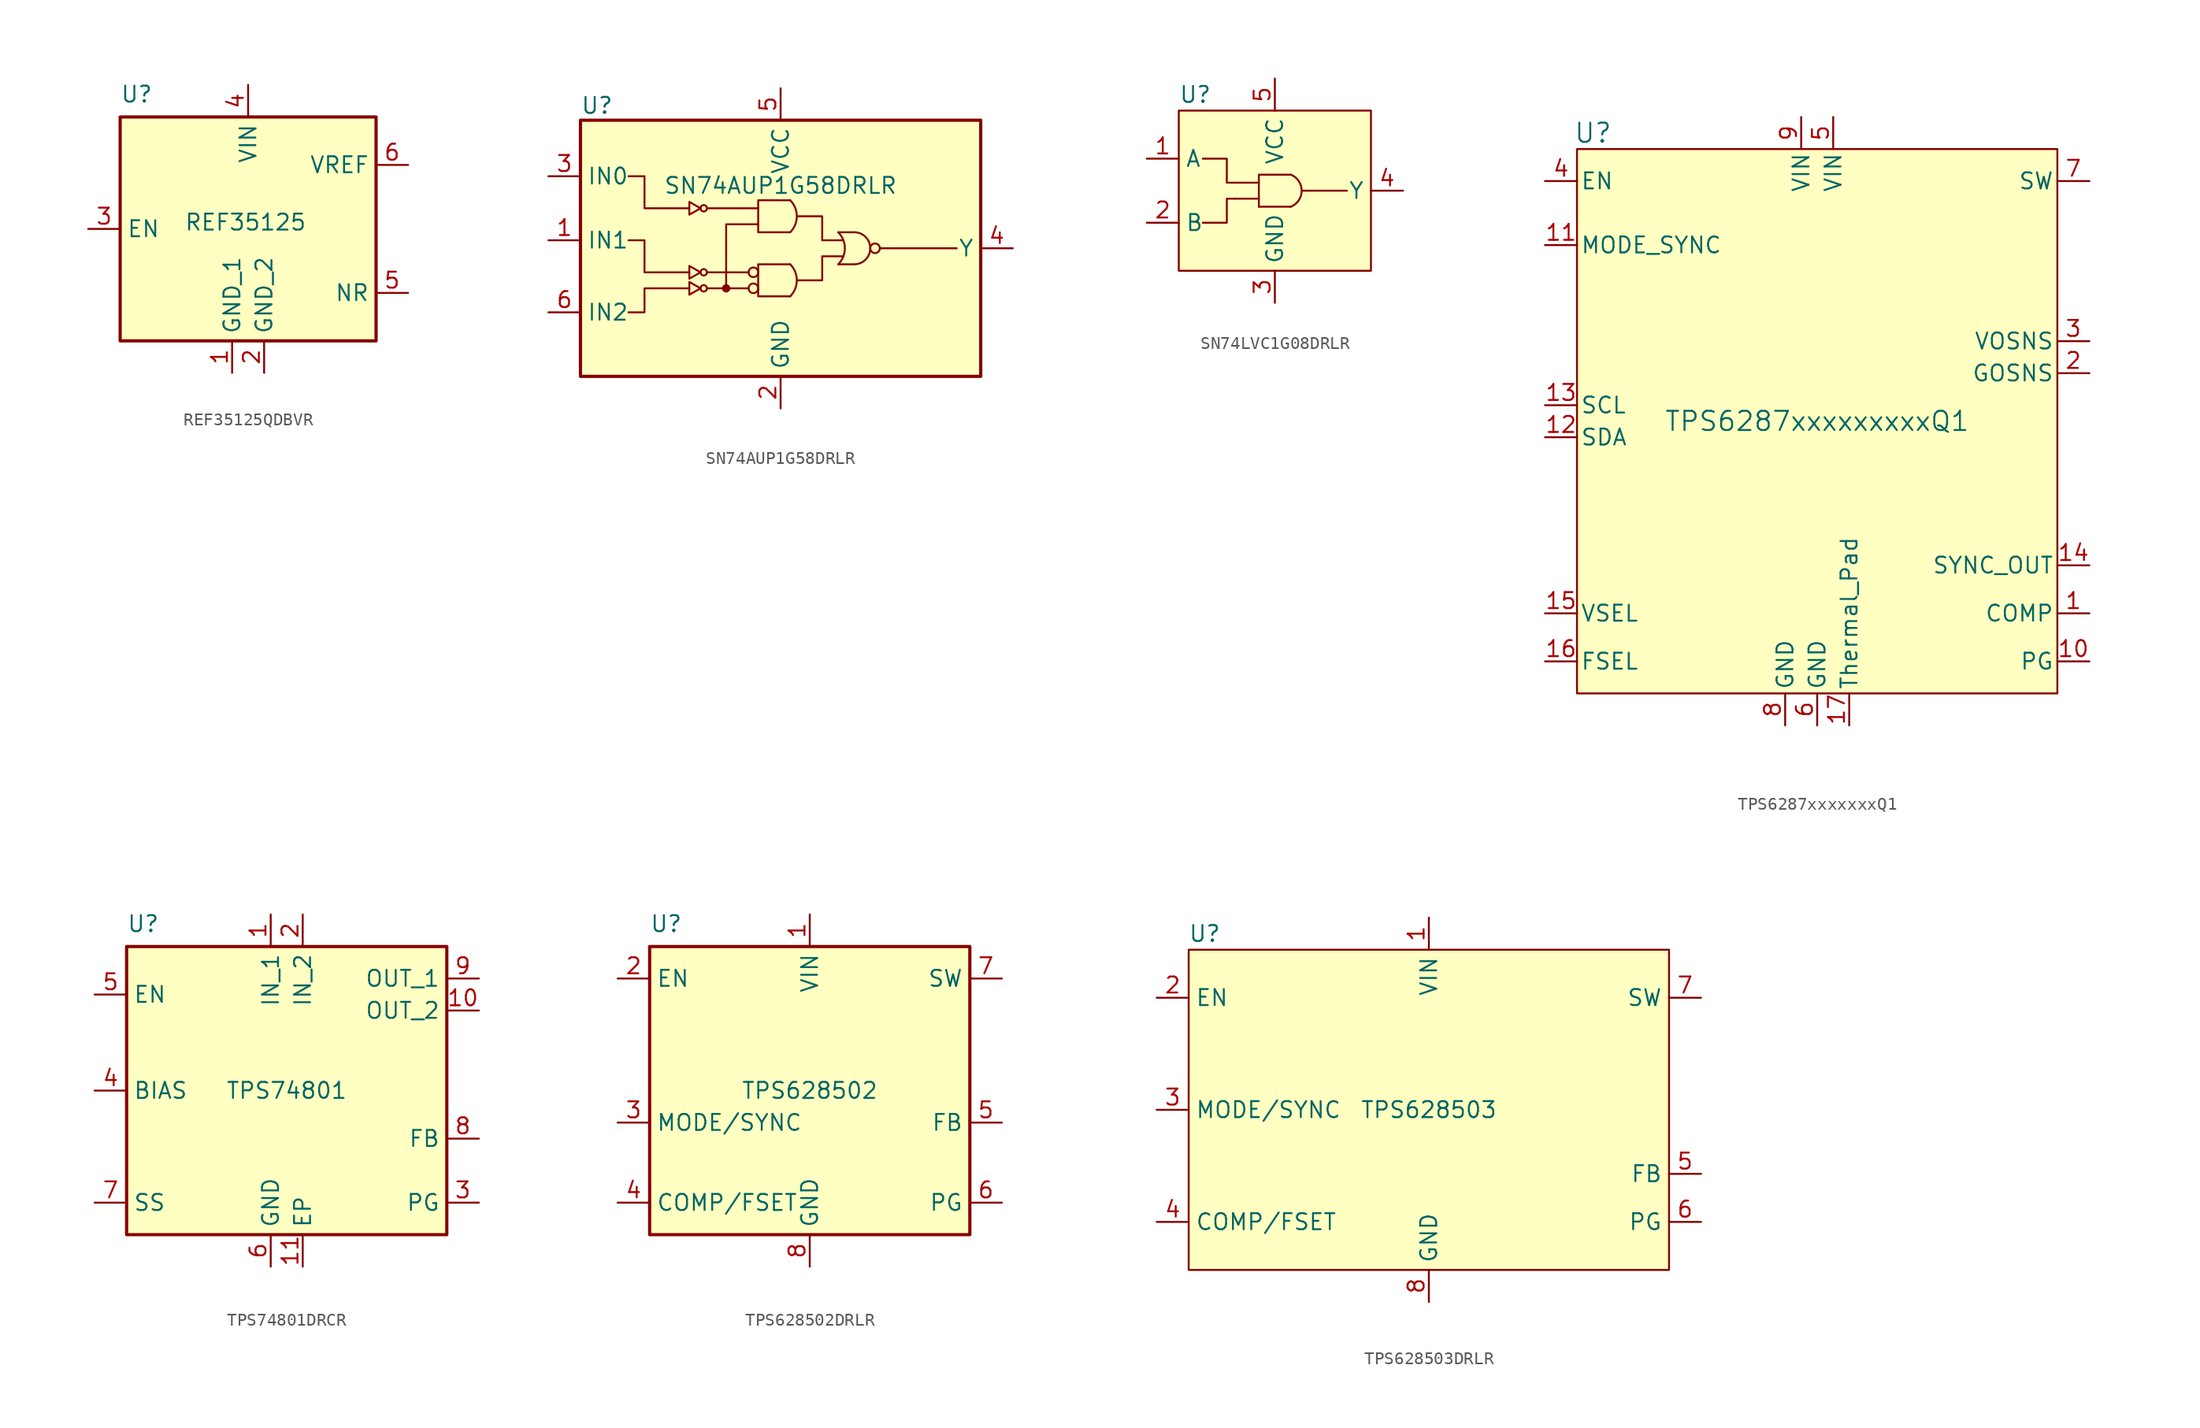
<source format=kicad_sym>
(kicad_symbol_lib
  (version 20220914)
  (generator kicad_symbol_editor)
  (symbol "REF35125QDBVR"
    (property "Reference" "U"
      (at 0 2.54 0)
      (do_not_autoplace)
      (effects (font (size 1.27 1.27)) (justify left top)))
    (property "Value" "REF35125"
      (at 5.08 -7.62 0)
      (do_not_autoplace)
      (effects (font (size 1.27 1.27)) (justify left top)))
    (symbol "REF35125QDBVR_1_1"
      (rectangle (start 0 0) (end 20.32 -17.78) (stroke (width 0.254) (type default)) (fill (type background)))
      (pin power_in line (at 8.89 -20.32 90) (length 2.54) (name "GND_1" (effects (font (size 1.27 1.27)))) (number "1" (effects (font (size 1.27 1.27)))))
      (pin power_in line (at 11.43 -20.32 90) (length 2.54) (name "GND_2" (effects (font (size 1.27 1.27)))) (number "2" (effects (font (size 1.27 1.27)))))
      (pin input line (at -2.54 -8.89 0) (length 2.54) (name "EN" (effects (font (size 1.27 1.27)))) (number "3" (effects (font (size 1.27 1.27)))))
      (pin power_in line (at 10.16 2.54 270) (length 2.54) (name "VIN" (effects (font (size 1.27 1.27)))) (number "4" (effects (font (size 1.27 1.27)))))
      (pin output line (at 22.86 -13.97 180) (length 2.54) (name "NR" (effects (font (size 1.27 1.27)))) (number "5" (effects (font (size 1.27 1.27)))))
      (pin output line (at 22.86 -3.81 180) (length 2.54) (name "VREF" (effects (font (size 1.27 1.27)))) (number "6" (effects (font (size 1.27 1.27)))))))
  (symbol "SN74AUP1G58DRLR"
    (property "Reference" "U"
      (at 0 4.445 0)
      (do_not_autoplace)
      (effects (font (size 1.27 1.27)) (justify left top)))
    (property "Value" "SN74AUP1G58DRLR"
      (at 15.875 -1.905 0)
      (do_not_autoplace)
      (effects (font (size 1.27 1.27)) (justify top)))
    (symbol "SN74AUP1G58DRLR_0_1"
      (polyline (pts (xy 20.447 -8.89) (xy 21.717 -8.89)) (stroke (width 0) (type default)) (fill (type none)))
      (polyline (pts (xy 20.447 -6.35) (xy 21.717 -6.35)) (stroke (width 0) (type default)) (fill (type none)))
      (polyline (pts (xy 16.637 -8.89) (xy 14.097 -8.89) (xy 14.097 -11.43) (xy 16.637 -11.43)) (stroke (width 0) (type default)) (fill (type none)))
      (polyline (pts (xy 16.637 -3.81) (xy 14.097 -3.81) (xy 14.097 -6.35) (xy 16.637 -6.35)) (stroke (width 0) (type default)) (fill (type none)))
      (arc (start 16.637 -11.43) (mid 17.1631 -10.16) (end 16.637 -8.89) (stroke (width 0) (type default)) (fill (type none)))
      (arc (start 16.637 -6.35) (mid 17.163 -5.08) (end 16.637 -3.81) (stroke (width 0) (type default)) (fill (type none)))
      (arc (start 20.447 -8.89) (mid 20.9731 -7.62) (end 20.447 -6.35) (stroke (width 0) (type default)) (fill (type none)))
      (arc (start 21.717 -8.89) (mid 22.615 -8.518) (end 22.987 -7.62) (stroke (width 0) (type default)) (fill (type none)))
      (arc (start 22.987 -7.62) (mid 22.615 -6.722) (end 21.717 -6.35) (stroke (width 0) (type default)) (fill (type none))))
    (symbol "SN74AUP1G58DRLR_1_1"
      (polyline (pts (xy 13.335 -10.795) (xy 10.033 -10.795)) (stroke (width 0) (type default)) (fill (type none)))
      (polyline (pts (xy 13.335 -9.525) (xy 10.033 -9.525)) (stroke (width 0) (type default)) (fill (type none)))
      (polyline (pts (xy 14.097 -4.445) (xy 10.033 -4.445)) (stroke (width 0) (type default)) (fill (type none)))
      (polyline (pts (xy 23.749 -7.62) (xy 29.845 -7.62)) (stroke (width 0) (type default)) (fill (type none)))
      (polyline (pts (xy 14.097 -5.715) (xy 11.557 -5.715) (xy 11.557 -10.795)) (stroke (width 0) (type default)) (fill (type none)))
      (polyline (pts (xy 3.81 -12.7) (xy 5.08 -12.7) (xy 5.08 -10.795) (xy 8.636 -10.795)) (stroke (width 0) (type default)) (fill (type none)))
      (polyline (pts (xy 3.81 -6.985) (xy 5.08 -6.985) (xy 5.08 -9.525) (xy 8.636 -9.525)) (stroke (width 0) (type default)) (fill (type none)))
      (polyline (pts (xy 9.525 -10.795) (xy 8.636 -10.287) (xy 8.636 -11.303) (xy 9.525 -10.795)) (stroke (width 0) (type default)) (fill (type none)))
      (polyline (pts (xy 9.525 -9.525) (xy 8.636 -9.017) (xy 8.636 -10.033) (xy 9.525 -9.525)) (stroke (width 0) (type default)) (fill (type none)))
      (polyline (pts (xy 9.525 -4.445) (xy 8.636 -3.937) (xy 8.636 -4.953) (xy 9.525 -4.445)) (stroke (width 0) (type default)) (fill (type none)))
      (polyline (pts (xy 17.272 -10.16) (xy 19.177 -10.16) (xy 19.177 -8.255) (xy 20.828 -8.255)) (stroke (width 0) (type default)) (fill (type none)))
      (polyline (pts (xy 17.272 -5.08) (xy 19.177 -5.08) (xy 19.177 -6.985) (xy 20.828 -6.985)) (stroke (width 0) (type default)) (fill (type none)))
      (polyline (pts (xy 3.81 -1.905) (xy 5.08 -1.905) (xy 5.08 -4.445) (xy 8.636 -4.445) (xy 6.985 -4.445)) (stroke (width 0) (type default)) (fill (type none)))
      (rectangle (start 0 2.54) (end 31.75 -17.78) (stroke (width 0.254) (type default)) (fill (type background)))
      (circle (center 9.779 -10.795) (radius 0.254) (stroke (width 0) (type default)) (fill (type none)))
      (circle (center 9.779 -9.525) (radius 0.254) (stroke (width 0) (type default)) (fill (type none)))
      (circle (center 9.779 -4.445) (radius 0.254) (stroke (width 0) (type default)) (fill (type none)))
      (circle (center 11.557 -10.795) (radius 0.254) (stroke (width 0) (type default)) (fill (type outline)))
      (circle (center 13.716 -10.795) (radius 0.381) (stroke (width 0) (type default)) (fill (type none)))
      (circle (center 13.716 -9.525) (radius 0.381) (stroke (width 0) (type default)) (fill (type none)))
      (circle (center 23.368 -7.62) (radius 0.381) (stroke (width 0) (type default)) (fill (type none)))
      (pin input line (at -2.54 -6.985 0) (length 2.54) (name "IN1" (effects (font (size 1.27 1.27)))) (number "1" (effects (font (size 1.27 1.27)))))
      (pin power_in line (at 15.875 -20.32 90) (length 2.54) (name "GND" (effects (font (size 1.27 1.27)))) (number "2" (effects (font (size 1.27 1.27)))))
      (pin input line (at -2.54 -1.905 0) (length 2.54) (name "IN0" (effects (font (size 1.27 1.27)))) (number "3" (effects (font (size 1.27 1.27)))))
      (pin output line (at 34.29 -7.62 180) (length 2.54) (name "Y" (effects (font (size 1.27 1.27)))) (number "4" (effects (font (size 1.27 1.27)))))
      (pin power_in line (at 15.875 5.08 270) (length 2.54) (name "VCC" (effects (font (size 1.27 1.27)))) (number "5" (effects (font (size 1.27 1.27)))))
      (pin input line (at -2.54 -12.7 0) (length 2.54) (name "IN2" (effects (font (size 1.27 1.27)))) (number "6" (effects (font (size 1.27 1.27)))))))
  (symbol "SN74LVC1G08DRLR"
    (property "Reference" "U"
      (at 0 1.27 0)
      (do_not_autoplace)
      (effects (font (size 1.27 1.27)) (justify left)))
    (symbol "SN74LVC1G08DRLR_0_1"
      (polyline (pts (xy 6.35 -7.62) (xy 8.89 -7.62)) (stroke (width 0) (type default)) (fill (type none)))
      (polyline (pts (xy 6.35 -6.985) (xy 4.445 -6.985)) (stroke (width 0) (type default)) (fill (type none)))
      (polyline (pts (xy 6.35 -5.715) (xy 4.445 -5.715)) (stroke (width 0) (type default)) (fill (type none)))
      (polyline (pts (xy 10.16 -6.35) (xy 13.335 -6.35)) (stroke (width 0) (type default)) (fill (type none)))
      (polyline (pts (xy 6.35 -7.62) (xy 6.35 -5.08) (xy 8.89 -5.08)) (stroke (width 0) (type default)) (fill (type none)))
      (arc (start 8.89 -7.62) (mid 9.747 -6.35) (end 8.89 -5.08) (stroke (width 0) (type default)) (fill (type none))))
    (symbol "SN74LVC1G08DRLR_1_1"
      (polyline (pts (xy 10.16 -6.35) (xy 9.779 -6.35)) (stroke (width 0) (type default)) (fill (type none)))
      (polyline (pts (xy 4.445 -6.985) (xy 3.81 -6.985) (xy 3.81 -8.89) (xy 1.905 -8.89)) (stroke (width 0) (type default)) (fill (type none)))
      (polyline (pts (xy 4.445 -5.715) (xy 3.81 -5.715) (xy 3.81 -3.81) (xy 1.905 -3.81)) (stroke (width 0) (type default)) (fill (type none)))
      (rectangle (start 0 0) (end 15.24 -12.7) (stroke (width 0) (type default)) (fill (type background)))
      (pin input line (at -2.54 -3.81 0) (length 2.54) (name "A" (effects (font (size 1.27 1.27)))) (number "1" (effects (font (size 1.27 1.27)))))
      (pin input line (at -2.54 -8.89 0) (length 2.54) (name "B" (effects (font (size 1.27 1.27)))) (number "2" (effects (font (size 1.27 1.27)))))
      (pin power_in line (at 7.62 -15.24 90) (length 2.54) (name "GND" (effects (font (size 1.27 1.27)))) (number "3" (effects (font (size 1.27 1.27)))))
      (pin output line (at 17.78 -6.35 180) (length 2.54) (name "Y" (effects (font (size 1.27 1.27)))) (number "4" (effects (font (size 1.27 1.27)))))
      (pin output line (at 7.62 2.54 270) (length 2.54) (name "VCC" (effects (font (size 1.27 1.27)))) (number "5" (effects (font (size 1.27 1.27)))))))
  (symbol "TPS6287xxxxxxxQ1"
    (pin_names
      (offset 0.254))
    (property "Reference" "U"
      (at 1.27 1.27 0)
      (do_not_autoplace)
      (effects (font (size 1.524 1.524))))
    (property "Value" "TPS6287xxxxxxxxxQ1"
      (at 19.05 -21.59 0)
      (do_not_autoplace)
      (effects (font (size 1.524 1.524))))
    (property "Comment" ""
      (at 0 0 0)
      (effects (font (size 1.27 1.27))))
    (symbol "TPS6287xxxxxxxQ1_1_1"
      (rectangle (start 0 0) (end 38.1 -43.18) (stroke (width 0) (type default)) (fill (type background)))
      (pin unspecified line (at 40.64 -36.83 180) (length 2.54) (name "COMP" (effects (font (size 1.27 1.27)))) (number "1" (effects (font (size 1.27 1.27)))))
      (pin open_collector line (at 40.64 -40.64 180) (length 2.54) (name "PG" (effects (font (size 1.27 1.27)))) (number "10" (effects (font (size 1.27 1.27)))))
      (pin input line (at -2.54 -7.62 0) (length 2.54) (name "MODE_SYNC" (effects (font (size 1.27 1.27)))) (number "11" (effects (font (size 1.27 1.27)))))
      (pin bidirectional line (at -2.54 -22.86 0) (length 2.54) (name "SDA" (effects (font (size 1.27 1.27)))) (number "12" (effects (font (size 1.27 1.27)))))
      (pin bidirectional line (at -2.54 -20.32 0) (length 2.54) (name "SCL" (effects (font (size 1.27 1.27)))) (number "13" (effects (font (size 1.27 1.27)))))
      (pin output line (at 40.64 -33.02 180) (length 2.54) (name "SYNC_OUT" (effects (font (size 1.27 1.27)))) (number "14" (effects (font (size 1.27 1.27)))))
      (pin unspecified line (at -2.54 -36.83 0) (length 2.54) (name "VSEL" (effects (font (size 1.27 1.27)))) (number "15" (effects (font (size 1.27 1.27)))))
      (pin unspecified line (at -2.54 -40.64 0) (length 2.54) (name "FSEL" (effects (font (size 1.27 1.27)))) (number "16" (effects (font (size 1.27 1.27)))))
      (pin power_in line (at 21.59 -45.72 90) (length 2.54) (name "Thermal_Pad" (effects (font (size 1.27 1.27)))) (number "17" (effects (font (size 1.27 1.27)))))
      (pin input line (at 40.64 -17.78 180) (length 2.54) (name "GOSNS" (effects (font (size 1.27 1.27)))) (number "2" (effects (font (size 1.27 1.27)))))
      (pin input line (at 40.64 -15.24 180) (length 2.54) (name "VOSNS" (effects (font (size 1.27 1.27)))) (number "3" (effects (font (size 1.27 1.27)))))
      (pin input line (at -2.54 -2.54 0) (length 2.54) (name "EN" (effects (font (size 1.27 1.27)))) (number "4" (effects (font (size 1.27 1.27)))))
      (pin power_in line (at 20.32 2.54 270) (length 2.54) (name "VIN" (effects (font (size 1.27 1.27)))) (number "5" (effects (font (size 1.27 1.27)))))
      (pin power_in line (at 19.05 -45.72 90) (length 2.54) (name "GND" (effects (font (size 1.27 1.27)))) (number "6" (effects (font (size 1.27 1.27)))))
      (pin power_out line (at 40.64 -2.54 180) (length 2.54) (name "SW" (effects (font (size 1.27 1.27)))) (number "7" (effects (font (size 1.27 1.27)))))
      (pin power_in line (at 16.51 -45.72 90) (length 2.54) (name "GND" (effects (font (size 1.27 1.27)))) (number "8" (effects (font (size 1.27 1.27)))))
      (pin power_in line (at 17.78 2.54 270) (length 2.54) (name "VIN" (effects (font (size 1.27 1.27)))) (number "9" (effects (font (size 1.27 1.27)))))))
  (symbol "TPS74801DRCR"
    (property "Reference" "U"
      (at 0 2.54 0)
      (do_not_autoplace)
      (effects (font (size 1.27 1.27)) (justify left top)))
    (property "Value" "TPS74801"
      (at 12.7 -11.43 0)
      (do_not_autoplace)
      (effects (font (size 1.27 1.27))))
    (symbol "TPS74801DRCR_1_1"
      (rectangle (start 0 0) (end 25.4 -22.86) (stroke (width 0.254) (type default)) (fill (type background)))
      (pin power_in line (at 11.43 2.54 270) (length 2.54) (name "IN_1" (effects (font (size 1.27 1.27)))) (number "1" (effects (font (size 1.27 1.27)))))
      (pin power_out line (at 27.94 -5.08 180) (length 2.54) (name "OUT_2" (effects (font (size 1.27 1.27)))) (number "10" (effects (font (size 1.27 1.27)))))
      (pin power_in line (at 13.97 -25.4 90) (length 2.54) (name "EP" (effects (font (size 1.27 1.27)))) (number "11" (effects (font (size 1.27 1.27)))))
      (pin power_in line (at 13.97 2.54 270) (length 2.54) (name "IN_2" (effects (font (size 1.27 1.27)))) (number "2" (effects (font (size 1.27 1.27)))))
      (pin output line (at 27.94 -20.32 180) (length 2.54) (name "PG" (effects (font (size 1.27 1.27)))) (number "3" (effects (font (size 1.27 1.27)))))
      (pin input line (at -2.54 -11.43 0) (length 2.54) (name "BIAS" (effects (font (size 1.27 1.27)))) (number "4" (effects (font (size 1.27 1.27)))))
      (pin input line (at -2.54 -3.81 0) (length 2.54) (name "EN" (effects (font (size 1.27 1.27)))) (number "5" (effects (font (size 1.27 1.27)))))
      (pin power_in line (at 11.43 -25.4 90) (length 2.54) (name "GND" (effects (font (size 1.27 1.27)))) (number "6" (effects (font (size 1.27 1.27)))))
      (pin passive line (at -2.54 -20.32 0) (length 2.54) (name "SS" (effects (font (size 1.27 1.27)))) (number "7" (effects (font (size 1.27 1.27)))))
      (pin input line (at 27.94 -15.24 180) (length 2.54) (name "FB" (effects (font (size 1.27 1.27)))) (number "8" (effects (font (size 1.27 1.27)))))
      (pin power_out line (at 27.94 -2.54 180) (length 2.54) (name "OUT_1" (effects (font (size 1.27 1.27)))) (number "9" (effects (font (size 1.27 1.27)))))))
  (symbol "TPS628502DRLR"
    (property "Reference" "U"
      (at 0 2.54 0)
      (do_not_autoplace)
      (effects (font (size 1.27 1.27)) (justify left top)))
    (property "Value" "TPS628502"
      (at 12.7 -11.43 0)
      (do_not_autoplace)
      (effects (font (size 1.27 1.27))))
    (symbol "TPS628502DRLR_1_1"
      (rectangle (start 0 0) (end 25.4 -22.86) (stroke (width 0.254) (type default)) (fill (type background)))
      (pin power_in line (at 12.7 2.54 270) (length 2.54) (name "VIN" (effects (font (size 1.27 1.27)))) (number "1" (effects (font (size 1.27 1.27)))))
      (pin input line (at -2.54 -2.54 0) (length 2.54) (name "EN" (effects (font (size 1.27 1.27)))) (number "2" (effects (font (size 1.27 1.27)))))
      (pin input line (at -2.54 -13.97 0) (length 2.54) (name "MODE/SYNC" (effects (font (size 1.27 1.27)))) (number "3" (effects (font (size 1.27 1.27)))))
      (pin input line (at -2.54 -20.32 0) (length 2.54) (name "COMP/FSET" (effects (font (size 1.27 1.27)))) (number "4" (effects (font (size 1.27 1.27)))))
      (pin input line (at 27.94 -13.97 180) (length 2.54) (name "FB" (effects (font (size 1.27 1.27)))) (number "5" (effects (font (size 1.27 1.27)))))
      (pin output line (at 27.94 -20.32 180) (length 2.54) (name "PG" (effects (font (size 1.27 1.27)))) (number "6" (effects (font (size 1.27 1.27)))))
      (pin power_out line (at 27.94 -2.54 180) (length 2.54) (name "SW" (effects (font (size 1.27 1.27)))) (number "7" (effects (font (size 1.27 1.27)))))
      (pin power_in line (at 12.7 -25.4 90) (length 2.54) (name "GND" (effects (font (size 1.27 1.27)))) (number "8" (effects (font (size 1.27 1.27)))))))
  (symbol "TPS628503DRLR"
    (property "Reference" "U"
      (at 1.27 1.27 0)
      (do_not_autoplace)
      (effects (font (size 1.27 1.27))))
    (property "Value" "TPS628503"
      (at 19.05 -12.7 0)
      (do_not_autoplace)
      (effects (font (size 1.27 1.27))))
    (symbol "TPS628503DRLR_1_1"
      (rectangle (start 0 0) (end 38.1 -25.4) (stroke (width 0) (type default)) (fill (type background)))
      (pin power_in line (at 19.05 2.54 270) (length 2.54) (name "VIN" (effects (font (size 1.27 1.27)))) (number "1" (effects (font (size 1.27 1.27)))))
      (pin input line (at -2.54 -3.81 0) (length 2.54) (name "EN" (effects (font (size 1.27 1.27)))) (number "2" (effects (font (size 1.27 1.27)))))
      (pin input line (at -2.54 -12.7 0) (length 2.54) (name "MODE/SYNC" (effects (font (size 1.27 1.27)))) (number "3" (effects (font (size 1.27 1.27)))))
      (pin input line (at -2.54 -21.59 0) (length 2.54) (name "COMP/FSET" (effects (font (size 1.27 1.27)))) (number "4" (effects (font (size 1.27 1.27)))))
      (pin input line (at 40.64 -17.78 180) (length 2.54) (name "FB" (effects (font (size 1.27 1.27)))) (number "5" (effects (font (size 1.27 1.27)))))
      (pin open_collector line (at 40.64 -21.59 180) (length 2.54) (name "PG" (effects (font (size 1.27 1.27)))) (number "6" (effects (font (size 1.27 1.27)))))
      (pin passive line (at 40.64 -3.81 180) (length 2.54) (name "SW" (effects (font (size 1.27 1.27)))) (number "7" (effects (font (size 1.27 1.27)))))
      (pin power_in line (at 19.05 -27.94 90) (length 2.54) (name "GND" (effects (font (size 1.27 1.27)))) (number "8" (effects (font (size 1.27 1.27))))))))
</source>
